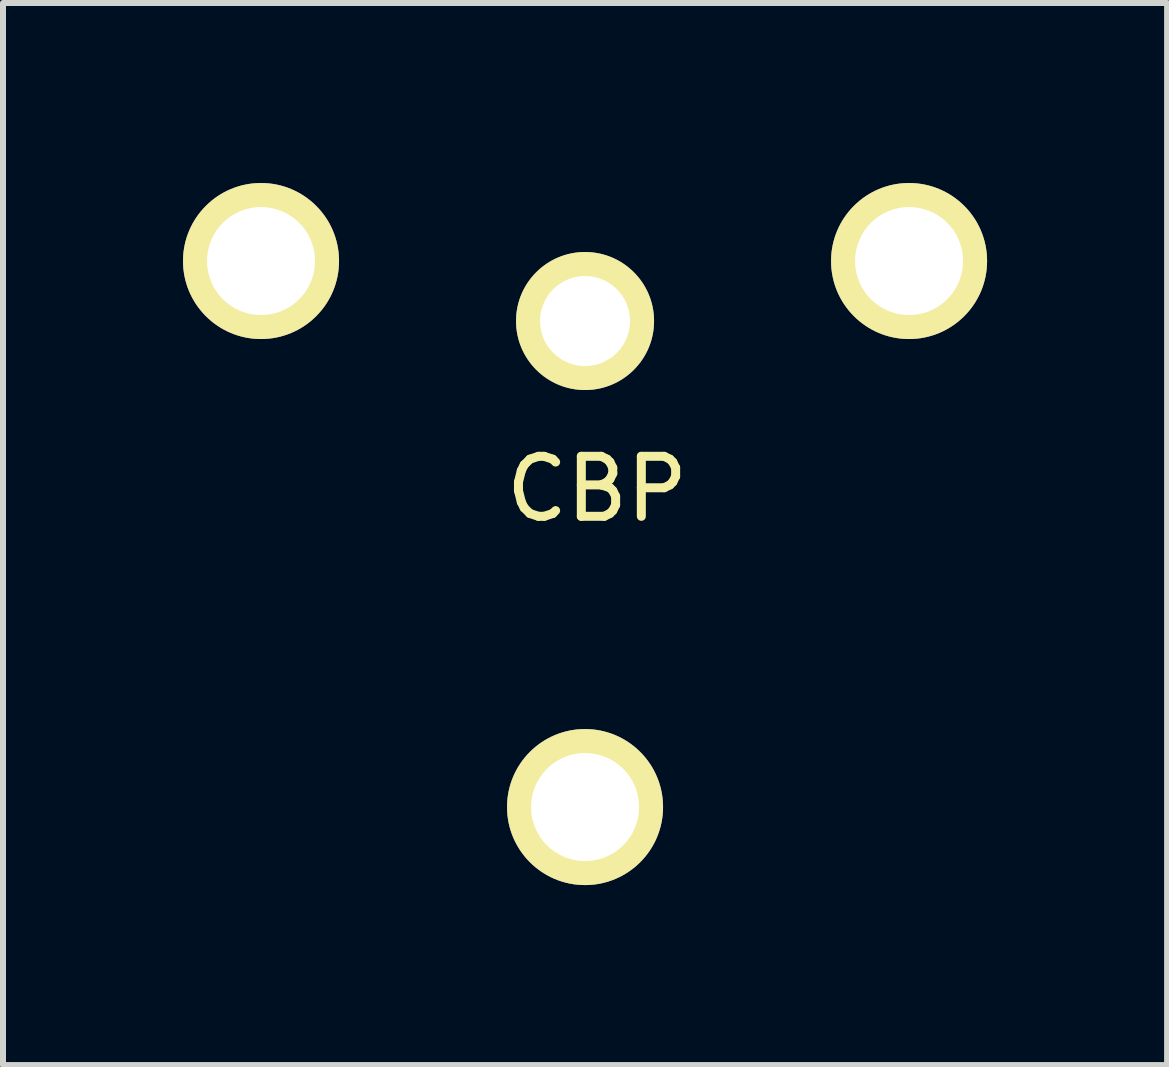
<source format=kicad_pcb>
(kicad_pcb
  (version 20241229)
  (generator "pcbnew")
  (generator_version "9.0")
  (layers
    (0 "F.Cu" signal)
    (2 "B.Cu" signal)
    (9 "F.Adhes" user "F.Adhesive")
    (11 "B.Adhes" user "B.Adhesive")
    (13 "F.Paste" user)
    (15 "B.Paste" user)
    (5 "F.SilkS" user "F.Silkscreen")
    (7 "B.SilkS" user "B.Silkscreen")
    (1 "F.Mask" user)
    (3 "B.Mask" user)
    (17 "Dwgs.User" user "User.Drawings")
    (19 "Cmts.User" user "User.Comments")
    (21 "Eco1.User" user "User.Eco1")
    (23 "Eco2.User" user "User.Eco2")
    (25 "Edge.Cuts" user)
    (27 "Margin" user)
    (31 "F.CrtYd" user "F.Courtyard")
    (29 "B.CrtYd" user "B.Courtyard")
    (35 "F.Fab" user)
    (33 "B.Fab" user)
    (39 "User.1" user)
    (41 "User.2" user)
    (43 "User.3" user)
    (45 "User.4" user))
  (footprint "CBP"
    (layer "F.Cu")
    (at 6.7 2.3)
    (property "Reference" "CBP" (at 0.2 2.8 0) (layer "F.SilkS") (effects (font (size 1 1) (thickness 0.15))))
    (attr through_hole)
    (pad "1" thru_hole circle (at 0 0) (size 2.3 2.3) (drill 1.5) (layers "*.Cu" "*.Mask" "F.SilkS"))
    (pad "2" thru_hole circle (at -5.4 -1) (size 2.6 2.6) (drill 1.8) (layers "*.Cu" "*.Mask" "F.SilkS"))
    (pad "2" thru_hole circle (at 0 8.1) (size 2.6 2.6) (drill 1.8) (layers "*.Cu" "*.Mask" "F.SilkS"))
    (pad "2" thru_hole circle (at 5.4 -1) (size 2.6 2.6) (drill 1.8) (layers "*.Cu" "*.Mask" "F.SilkS")))
  (gr_rect
    (start -3 -3)
    (end 16.4 14.7)
    (stroke (width 0.1) (type default))
    (fill no)
    (layer "Edge.Cuts")))
</source>
